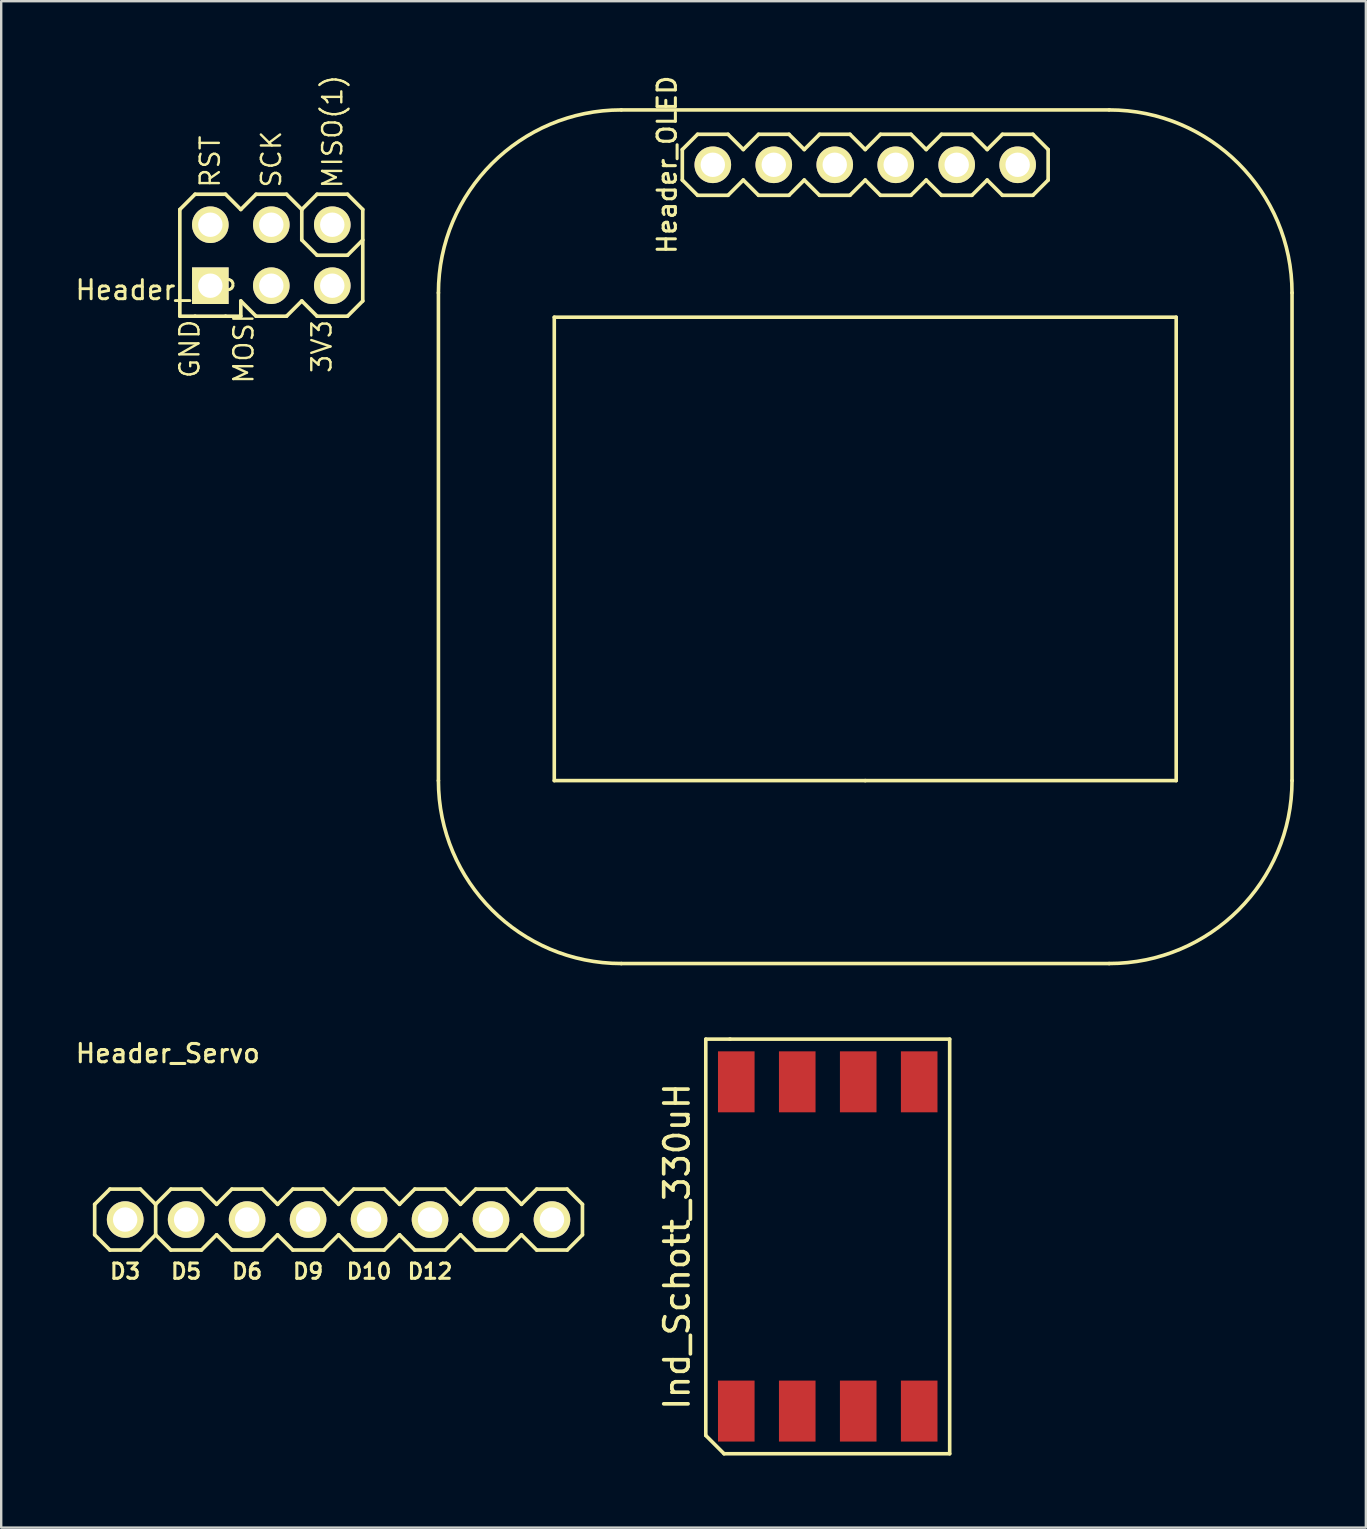
<source format=kicad_pcb>
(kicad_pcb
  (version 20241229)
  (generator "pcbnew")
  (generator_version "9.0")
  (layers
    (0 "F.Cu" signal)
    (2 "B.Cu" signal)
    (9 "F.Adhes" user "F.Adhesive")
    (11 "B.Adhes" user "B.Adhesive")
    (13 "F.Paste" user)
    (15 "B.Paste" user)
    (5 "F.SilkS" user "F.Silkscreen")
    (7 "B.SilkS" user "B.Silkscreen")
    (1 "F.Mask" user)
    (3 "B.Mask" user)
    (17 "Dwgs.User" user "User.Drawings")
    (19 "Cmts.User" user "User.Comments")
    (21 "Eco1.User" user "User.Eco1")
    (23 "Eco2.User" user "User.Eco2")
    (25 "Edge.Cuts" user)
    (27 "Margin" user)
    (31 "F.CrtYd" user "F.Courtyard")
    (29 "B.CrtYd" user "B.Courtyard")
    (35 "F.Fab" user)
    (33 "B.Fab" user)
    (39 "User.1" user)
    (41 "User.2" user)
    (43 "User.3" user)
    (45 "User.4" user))
  (footprint "Header_ISP"
    (layer "F.Cu")
    (at 8.252 7.582)
    (property "Reference" "Header_ISP" (at -4.8 1.45 180) (layer "F.SilkS") (effects (font (size 0.8 0.8) (thickness 0.12))))
    (attr smd)
    (fp_line (start -3.81 -1.905) (end -3.175 -2.54) (stroke (width 0.152) (type solid)) (layer "F.SilkS"))
    (fp_line (start -3.81 1.905) (end -3.81 -1.905) (stroke (width 0.152) (type solid)) (layer "F.SilkS"))
    (fp_line (start -3.81 2.54) (end -3.81 1.905) (stroke (width 0.152) (type solid)) (layer "F.SilkS"))
    (fp_line (start -3.175 -2.54) (end -1.905 -2.54) (stroke (width 0.152) (type solid)) (layer "F.SilkS"))
    (fp_line (start -3.175 2.54) (end -3.81 2.54) (stroke (width 0.152) (type solid)) (layer "F.SilkS"))
    (fp_line (start -1.905 -2.54) (end -1.27 -1.905) (stroke (width 0.152) (type solid)) (layer "F.SilkS"))
    (fp_line (start -1.905 2.54) (end -3.175 2.54) (stroke (width 0.152) (type solid)) (layer "F.SilkS"))
    (fp_line (start -1.905 2.54) (end -1.27 2.54) (stroke (width 0.152) (type solid)) (layer "F.SilkS"))
    (fp_line (start -1.27 -1.905) (end -0.635 -2.54) (stroke (width 0.152) (type solid)) (layer "F.SilkS"))
    (fp_line (start -1.27 2.54) (end -1.27 1.905) (stroke (width 0.152) (type solid)) (layer "F.SilkS"))
    (fp_line (start -0.635 -2.54) (end 0.635 -2.54) (stroke (width 0.152) (type solid)) (layer "F.SilkS"))
    (fp_line (start -0.635 2.54) (end -1.27 1.905) (stroke (width 0.152) (type solid)) (layer "F.SilkS"))
    (fp_line (start 0.635 -2.54) (end 1.27 -1.905) (stroke (width 0.152) (type solid)) (layer "F.SilkS"))
    (fp_line (start 0.635 2.54) (end -0.635 2.54) (stroke (width 0.152) (type solid)) (layer "F.SilkS"))
    (fp_line (start 1.27 -1.905) (end 1.27 -0.635) (stroke (width 0.152) (type solid)) (layer "F.SilkS"))
    (fp_line (start 1.27 -1.905) (end 1.905 -2.54) (stroke (width 0.152) (type solid)) (layer "F.SilkS"))
    (fp_line (start 1.27 -0.635) (end 1.905 0) (stroke (width 0.152) (type solid)) (layer "F.SilkS"))
    (fp_line (start 1.27 1.905) (end 0.635 2.54) (stroke (width 0.152) (type solid)) (layer "F.SilkS"))
    (fp_line (start 1.905 -2.54) (end 3.175 -2.54) (stroke (width 0.152) (type solid)) (layer "F.SilkS"))
    (fp_line (start 1.905 0) (end 3.175 0) (stroke (width 0.152) (type solid)) (layer "F.SilkS"))
    (fp_line (start 1.905 2.54) (end 1.27 1.905) (stroke (width 0.152) (type solid)) (layer "F.SilkS"))
    (fp_line (start 3.175 -2.54) (end 3.81 -1.905) (stroke (width 0.152) (type solid)) (layer "F.SilkS"))
    (fp_line (start 3.175 0) (end 3.81 -0.635) (stroke (width 0.152) (type solid)) (layer "F.SilkS"))
    (fp_line (start 3.175 2.54) (end 1.905 2.54) (stroke (width 0.152) (type solid)) (layer "F.SilkS"))
    (fp_line (start 3.81 -1.905) (end 3.81 1.905) (stroke (width 0.152) (type solid)) (layer "F.SilkS"))
    (fp_line (start 3.81 1.905) (end 3.175 2.54) (stroke (width 0.152) (type solid)) (layer "F.SilkS"))
    (fp_text user "SCK" (at 0 -4 90) (layer "F.SilkS") (effects (font (size 0.8 0.8) (thickness 0.1))))
    (fp_text user "RST" (at -2.55 -3.9 90) (layer "F.SilkS") (effects (font (size 0.8 0.8) (thickness 0.1))))
    (fp_text user "MISO(1)" (at 2.55 -5.15 90) (layer "F.SilkS") (effects (font (size 0.8 0.8) (thickness 0.1))))
    (fp_text user "MOSI" (at -1.15 3.9 90) (layer "F.SilkS") (effects (font (size 0.8 0.8) (thickness 0.1))))
    (fp_text user "3V3" (at 2.1 3.8 90) (layer "F.SilkS") (effects (font (size 0.8 0.8) (thickness 0.1))))
    (fp_text user "GND" (at -3.4 3.9 90) (layer "F.SilkS") (effects (font (size 0.8 0.8) (thickness 0.1))))
    (pad "1" thru_hole circle (at 2.54 -1.27) (size 1.524 1.524) (drill 1.016) (layers "*.Cu" "*.Mask" "F.SilkS"))
    (pad "2" thru_hole circle (at 2.54 1.27) (size 1.524 1.524) (drill 1.016) (layers "*.Cu" "*.Mask" "F.SilkS"))
    (pad "3" thru_hole circle (at 0 -1.27) (size 1.524 1.524) (drill 1.016) (layers "*.Cu" "*.Mask" "F.SilkS"))
    (pad "4" thru_hole circle (at 0 1.27) (size 1.524 1.524) (drill 1.016) (layers "*.Cu" "*.Mask" "F.SilkS"))
    (pad "5" thru_hole circle (at -2.54 -1.27) (size 1.524 1.524) (drill 1.016) (layers "*.Cu" "*.Mask" "F.SilkS"))
    (pad "6" thru_hole rect (at -2.54 1.27) (size 1.524 1.524) (drill 1.016) (layers "*.Cu" "*.Mask" "F.SilkS")))
  (footprint "Ind_Schott_330uH"
    (layer "F.Cu")
    (at 31.432 48.875)
    (property "Reference" "Ind_Schott_330uH" (at -6.28 0 90) (layer "F.SilkS") (effects (font (size 1.016 1.016) (thickness 0.152))))
    (attr through_hole)
    (fp_line (start -5.08 7.874) (end -5.08 -8.636) (stroke (width 0.15) (type solid)) (layer "F.SilkS"))
    (fp_line (start -4.318 8.636) (end -5.08 7.874) (stroke (width 0.15) (type solid)) (layer "F.SilkS"))
    (fp_line (start -4.318 8.636) (end 5.08 8.636) (stroke (width 0.15) (type solid)) (layer "F.SilkS"))
    (fp_line (start -4.064 -8.636) (end -5.08 -8.636) (stroke (width 0.15) (type solid)) (layer "F.SilkS"))
    (fp_line (start 5.08 -8.636) (end -4.08 -8.636) (stroke (width 0.15) (type solid)) (layer "F.SilkS"))
    (fp_line (start 5.08 8.636) (end 5.08 -8.636) (stroke (width 0.15) (type solid)) (layer "F.SilkS"))
    (pad "1" smd rect (at -3.81 6.858) (size 1.524 2.54) (layers "F.Cu" "F.Mask" "F.Paste"))
    (pad "2" smd rect (at -1.27 6.858) (size 1.524 2.54) (layers "F.Cu" "F.Mask" "F.Paste"))
    (pad "3" smd rect (at 1.27 6.858) (size 1.524 2.54) (layers "F.Cu" "F.Mask" "F.Paste"))
    (pad "4" smd rect (at 3.81 6.858) (size 1.524 2.54) (layers "F.Cu" "F.Mask" "F.Paste"))
    (pad "5" smd rect (at 3.81 -6.858) (size 1.524 2.54) (layers "F.Cu" "F.Mask" "F.Paste"))
    (pad "6" smd rect (at 1.27 -6.858) (size 1.524 2.54) (layers "F.Cu" "F.Mask" "F.Paste"))
    (pad "7" smd rect (at -1.27 -6.858) (size 1.524 2.54) (layers "F.Cu" "F.Mask" "F.Paste"))
    (pad "8" smd rect (at -3.81 -6.858) (size 1.524 2.54) (layers "F.Cu" "F.Mask" "F.Paste")))
  (footprint "Header_Servo"
    (layer "F.Cu")
    (at 11.054 47.755)
    (property "Reference" "Header_Servo" (at -7.112 -6.921 0) (layer "F.SilkS") (effects (font (size 0.762 0.762) (thickness 0.127))))
    (attr smd)
    (fp_line (start -10.16 -0.635) (end -10.16 0.635) (stroke (width 0.152) (type solid)) (layer "F.SilkS"))
    (fp_line (start -10.16 0.635) (end -9.525 1.27) (stroke (width 0.152) (type solid)) (layer "F.SilkS"))
    (fp_line (start -9.525 -1.27) (end -10.16 -0.635) (stroke (width 0.152) (type solid)) (layer "F.SilkS"))
    (fp_line (start -9.525 1.27) (end -8.255 1.27) (stroke (width 0.152) (type solid)) (layer "F.SilkS"))
    (fp_line (start -8.255 -1.27) (end -9.525 -1.27) (stroke (width 0.152) (type solid)) (layer "F.SilkS"))
    (fp_line (start -8.255 1.27) (end -7.62 0.635) (stroke (width 0.152) (type solid)) (layer "F.SilkS"))
    (fp_line (start -7.62 -0.635) (end -8.255 -1.27) (stroke (width 0.152) (type solid)) (layer "F.SilkS"))
    (fp_line (start -7.62 -0.635) (end -7.62 0.635) (stroke (width 0.152) (type solid)) (layer "F.SilkS"))
    (fp_line (start -7.62 0.635) (end -6.985 1.27) (stroke (width 0.152) (type solid)) (layer "F.SilkS"))
    (fp_line (start -6.985 -1.27) (end -7.62 -0.635) (stroke (width 0.152) (type solid)) (layer "F.SilkS"))
    (fp_line (start -6.985 1.27) (end -5.715 1.27) (stroke (width 0.152) (type solid)) (layer "F.SilkS"))
    (fp_line (start -5.715 -1.27) (end -6.985 -1.27) (stroke (width 0.152) (type solid)) (layer "F.SilkS"))
    (fp_line (start -5.715 1.27) (end -5.08 0.635) (stroke (width 0.152) (type solid)) (layer "F.SilkS"))
    (fp_line (start -5.08 -0.635) (end -5.715 -1.27) (stroke (width 0.152) (type solid)) (layer "F.SilkS"))
    (fp_line (start -5.08 0.635) (end -4.445 1.27) (stroke (width 0.152) (type solid)) (layer "F.SilkS"))
    (fp_line (start -4.445 -1.27) (end -5.08 -0.635) (stroke (width 0.152) (type solid)) (layer "F.SilkS"))
    (fp_line (start -4.445 1.27) (end -3.175 1.27) (stroke (width 0.152) (type solid)) (layer "F.SilkS"))
    (fp_line (start -3.175 -1.27) (end -4.445 -1.27) (stroke (width 0.152) (type solid)) (layer "F.SilkS"))
    (fp_line (start -3.175 1.27) (end -2.54 0.635) (stroke (width 0.152) (type solid)) (layer "F.SilkS"))
    (fp_line (start -2.54 -0.635) (end -3.175 -1.27) (stroke (width 0.152) (type solid)) (layer "F.SilkS"))
    (fp_line (start -2.54 0.635) (end -1.905 1.27) (stroke (width 0.152) (type solid)) (layer "F.SilkS"))
    (fp_line (start -1.905 -1.27) (end -2.54 -0.635) (stroke (width 0.152) (type solid)) (layer "F.SilkS"))
    (fp_line (start -1.905 1.27) (end -0.635 1.27) (stroke (width 0.152) (type solid)) (layer "F.SilkS"))
    (fp_line (start -0.635 -1.27) (end -1.905 -1.27) (stroke (width 0.152) (type solid)) (layer "F.SilkS"))
    (fp_line (start -0.635 1.27) (end 0 0.635) (stroke (width 0.152) (type solid)) (layer "F.SilkS"))
    (fp_line (start 0 -0.635) (end -0.635 -1.27) (stroke (width 0.152) (type solid)) (layer "F.SilkS"))
    (fp_line (start 0 0.635) (end 0.635 1.27) (stroke (width 0.152) (type solid)) (layer "F.SilkS"))
    (fp_line (start 0.635 -1.27) (end 0 -0.635) (stroke (width 0.152) (type solid)) (layer "F.SilkS"))
    (fp_line (start 0.635 1.27) (end 1.905 1.27) (stroke (width 0.152) (type solid)) (layer "F.SilkS"))
    (fp_line (start 1.905 -1.27) (end 0.635 -1.27) (stroke (width 0.152) (type solid)) (layer "F.SilkS"))
    (fp_line (start 1.905 1.27) (end 2.54 0.635) (stroke (width 0.152) (type solid)) (layer "F.SilkS"))
    (fp_line (start 2.54 -0.635) (end 1.905 -1.27) (stroke (width 0.152) (type solid)) (layer "F.SilkS"))
    (fp_line (start 2.54 0.635) (end 3.175 1.27) (stroke (width 0.152) (type solid)) (layer "F.SilkS"))
    (fp_line (start 3.175 -1.27) (end 2.54 -0.635) (stroke (width 0.152) (type solid)) (layer "F.SilkS"))
    (fp_line (start 3.175 1.27) (end 4.445 1.27) (stroke (width 0.152) (type solid)) (layer "F.SilkS"))
    (fp_line (start 4.445 -1.27) (end 3.175 -1.27) (stroke (width 0.152) (type solid)) (layer "F.SilkS"))
    (fp_line (start 4.445 1.27) (end 5.08 0.635) (stroke (width 0.152) (type solid)) (layer "F.SilkS"))
    (fp_line (start 5.08 -0.635) (end 4.445 -1.27) (stroke (width 0.152) (type solid)) (layer "F.SilkS"))
    (fp_line (start 5.08 -0.635) (end 5.715 -1.27) (stroke (width 0.152) (type solid)) (layer "F.SilkS"))
    (fp_line (start 5.715 -1.27) (end 6.985 -1.27) (stroke (width 0.152) (type solid)) (layer "F.SilkS"))
    (fp_line (start 5.715 1.27) (end 5.08 0.635) (stroke (width 0.152) (type solid)) (layer "F.SilkS"))
    (fp_line (start 6.985 -1.27) (end 7.62 -0.635) (stroke (width 0.152) (type solid)) (layer "F.SilkS"))
    (fp_line (start 6.985 1.27) (end 5.715 1.27) (stroke (width 0.152) (type solid)) (layer "F.SilkS"))
    (fp_line (start 7.62 -0.635) (end 8.255 -1.27) (stroke (width 0.152) (type solid)) (layer "F.SilkS"))
    (fp_line (start 7.62 0.635) (end 6.985 1.27) (stroke (width 0.152) (type solid)) (layer "F.SilkS"))
    (fp_line (start 8.255 -1.27) (end 9.525 -1.27) (stroke (width 0.152) (type solid)) (layer "F.SilkS"))
    (fp_line (start 8.255 1.27) (end 7.62 0.635) (stroke (width 0.152) (type solid)) (layer "F.SilkS"))
    (fp_line (start 9.525 -1.27) (end 10.16 -0.635) (stroke (width 0.152) (type solid)) (layer "F.SilkS"))
    (fp_line (start 9.525 1.27) (end 8.255 1.27) (stroke (width 0.152) (type solid)) (layer "F.SilkS"))
    (fp_line (start 10.16 -0.635) (end 10.16 0.635) (stroke (width 0.152) (type solid)) (layer "F.SilkS"))
    (fp_line (start 10.16 0.635) (end 9.525 1.27) (stroke (width 0.152) (type solid)) (layer "F.SilkS"))
    (fp_text user "D5" (at -6.35 2.159 0) (layer "F.SilkS") (effects (font (size 0.635 0.635) (thickness 0.127))))
    (fp_text user "D10" (at 1.27 2.159 0) (layer "F.SilkS") (effects (font (size 0.635 0.635) (thickness 0.127))))
    (fp_text user "D3" (at -8.89 2.159 0) (layer "F.SilkS") (effects (font (size 0.635 0.635) (thickness 0.127))))
    (fp_text user "D9" (at -1.27 2.159 0) (layer "F.SilkS") (effects (font (size 0.635 0.635) (thickness 0.127))))
    (fp_text user "D6" (at -3.81 2.159 0) (layer "F.SilkS") (effects (font (size 0.635 0.635) (thickness 0.127))))
    (fp_text user "D12" (at 3.81 2.159 0) (layer "F.SilkS") (effects (font (size 0.635 0.635) (thickness 0.127))))
    (pad "1" thru_hole circle (at -8.89 0) (size 1.524 1.524) (drill 1.016) (layers "*.Cu" "*.Mask" "F.SilkS"))
    (pad "2" thru_hole circle (at -6.35 0) (size 1.524 1.524) (drill 1.016) (layers "*.Cu" "*.Mask" "F.SilkS"))
    (pad "3" thru_hole circle (at -3.81 0) (size 1.524 1.524) (drill 1.016) (layers "*.Cu" "*.Mask" "F.SilkS"))
    (pad "4" thru_hole circle (at -1.27 0) (size 1.524 1.524) (drill 1.016) (layers "*.Cu" "*.Mask" "F.SilkS"))
    (pad "5" thru_hole circle (at 1.27 0) (size 1.524 1.524) (drill 1.016) (layers "*.Cu" "*.Mask" "F.SilkS"))
    (pad "6" thru_hole circle (at 3.81 0) (size 1.524 1.524) (drill 1.016) (layers "*.Cu" "*.Mask" "F.SilkS"))
    (pad "7" thru_hole circle (at 6.35 0) (size 1.524 1.524) (drill 1.016) (layers "*.Cu" "*.Mask" "F.SilkS"))
    (pad "8" thru_hole circle (at 8.89 0) (size 1.524 1.524) (drill 1.016) (layers "*.Cu" "*.Mask" "F.SilkS")))
  (footprint "Header_OLED"
    (layer "F.Cu")
    (at 32.994 3.815)
    (property "Reference" "Header_OLED" (at -8.255 0 90) (layer "F.SilkS") (effects (font (size 0.762 0.762) (thickness 0.127))))
    (attr smd)
    (fp_line (start -17.78 5.334) (end -17.78 25.654) (stroke (width 0.15) (type solid)) (layer "F.SilkS"))
    (fp_line (start -12.954 6.35) (end 12.954 6.35) (stroke (width 0.15) (type solid)) (layer "F.SilkS"))
    (fp_line (start -12.954 25.654) (end -12.954 6.35) (stroke (width 0.15) (type solid)) (layer "F.SilkS"))
    (fp_line (start -10.16 -2.286) (end 10.16 -2.286) (stroke (width 0.15) (type solid)) (layer "F.SilkS"))
    (fp_line (start -7.62 -0.635) (end -7.62 0.635) (stroke (width 0.152) (type solid)) (layer "F.SilkS"))
    (fp_line (start -7.62 0.635) (end -6.985 1.27) (stroke (width 0.152) (type solid)) (layer "F.SilkS"))
    (fp_line (start -6.985 -1.27) (end -7.62 -0.635) (stroke (width 0.152) (type solid)) (layer "F.SilkS"))
    (fp_line (start -6.985 1.27) (end -5.715 1.27) (stroke (width 0.152) (type solid)) (layer "F.SilkS"))
    (fp_line (start -5.715 -1.27) (end -6.985 -1.27) (stroke (width 0.152) (type solid)) (layer "F.SilkS"))
    (fp_line (start -5.715 1.27) (end -5.08 0.635) (stroke (width 0.152) (type solid)) (layer "F.SilkS"))
    (fp_line (start -5.08 -0.635) (end -5.715 -1.27) (stroke (width 0.152) (type solid)) (layer "F.SilkS"))
    (fp_line (start -5.08 0.635) (end -4.445 1.27) (stroke (width 0.152) (type solid)) (layer "F.SilkS"))
    (fp_line (start -4.445 -1.27) (end -5.08 -0.635) (stroke (width 0.152) (type solid)) (layer "F.SilkS"))
    (fp_line (start -4.445 1.27) (end -3.175 1.27) (stroke (width 0.152) (type solid)) (layer "F.SilkS"))
    (fp_line (start -3.175 -1.27) (end -4.445 -1.27) (stroke (width 0.152) (type solid)) (layer "F.SilkS"))
    (fp_line (start -3.175 1.27) (end -2.54 0.635) (stroke (width 0.152) (type solid)) (layer "F.SilkS"))
    (fp_line (start -2.54 -0.635) (end -3.175 -1.27) (stroke (width 0.152) (type solid)) (layer "F.SilkS"))
    (fp_line (start -2.54 0.635) (end -1.905 1.27) (stroke (width 0.152) (type solid)) (layer "F.SilkS"))
    (fp_line (start -1.905 -1.27) (end -2.54 -0.635) (stroke (width 0.152) (type solid)) (layer "F.SilkS"))
    (fp_line (start -1.905 1.27) (end -0.635 1.27) (stroke (width 0.152) (type solid)) (layer "F.SilkS"))
    (fp_line (start -0.635 -1.27) (end -1.905 -1.27) (stroke (width 0.152) (type solid)) (layer "F.SilkS"))
    (fp_line (start -0.635 1.27) (end 0 0.635) (stroke (width 0.152) (type solid)) (layer "F.SilkS"))
    (fp_line (start 0 -0.635) (end -0.635 -1.27) (stroke (width 0.152) (type solid)) (layer "F.SilkS"))
    (fp_line (start 0 0.635) (end 0.635 1.27) (stroke (width 0.152) (type solid)) (layer "F.SilkS"))
    (fp_line (start 0 25.654) (end -12.954 25.654) (stroke (width 0.15) (type solid)) (layer "F.SilkS"))
    (fp_line (start 0.635 -1.27) (end 0 -0.635) (stroke (width 0.152) (type solid)) (layer "F.SilkS"))
    (fp_line (start 0.635 1.27) (end 1.905 1.27) (stroke (width 0.152) (type solid)) (layer "F.SilkS"))
    (fp_line (start 1.905 -1.27) (end 0.635 -1.27) (stroke (width 0.152) (type solid)) (layer "F.SilkS"))
    (fp_line (start 1.905 1.27) (end 2.54 0.635) (stroke (width 0.152) (type solid)) (layer "F.SilkS"))
    (fp_line (start 2.54 -0.635) (end 1.905 -1.27) (stroke (width 0.152) (type solid)) (layer "F.SilkS"))
    (fp_line (start 2.54 0.635) (end 3.175 1.27) (stroke (width 0.152) (type solid)) (layer "F.SilkS"))
    (fp_line (start 3.175 -1.27) (end 2.54 -0.635) (stroke (width 0.152) (type solid)) (layer "F.SilkS"))
    (fp_line (start 3.175 1.27) (end 4.445 1.27) (stroke (width 0.152) (type solid)) (layer "F.SilkS"))
    (fp_line (start 4.445 -1.27) (end 3.175 -1.27) (stroke (width 0.152) (type solid)) (layer "F.SilkS"))
    (fp_line (start 4.445 1.27) (end 5.08 0.635) (stroke (width 0.152) (type solid)) (layer "F.SilkS"))
    (fp_line (start 5.08 -0.635) (end 4.445 -1.27) (stroke (width 0.152) (type solid)) (layer "F.SilkS"))
    (fp_line (start 5.08 0.635) (end 5.715 1.27) (stroke (width 0.152) (type solid)) (layer "F.SilkS"))
    (fp_line (start 5.715 -1.27) (end 5.08 -0.635) (stroke (width 0.152) (type solid)) (layer "F.SilkS"))
    (fp_line (start 5.715 1.27) (end 6.985 1.27) (stroke (width 0.152) (type solid)) (layer "F.SilkS"))
    (fp_line (start 6.985 -1.27) (end 5.715 -1.27) (stroke (width 0.152) (type solid)) (layer "F.SilkS"))
    (fp_line (start 6.985 1.27) (end 7.62 0.635) (stroke (width 0.152) (type solid)) (layer "F.SilkS"))
    (fp_line (start 7.62 -0.635) (end 6.985 -1.27) (stroke (width 0.152) (type solid)) (layer "F.SilkS"))
    (fp_line (start 7.62 0.635) (end 7.62 -0.635) (stroke (width 0.152) (type solid)) (layer "F.SilkS"))
    (fp_line (start 10.16 33.274) (end -10.16 33.274) (stroke (width 0.15) (type solid)) (layer "F.SilkS"))
    (fp_line (start 12.954 6.35) (end 12.954 25.654) (stroke (width 0.15) (type solid)) (layer "F.SilkS"))
    (fp_line (start 12.954 25.654) (end 0 25.654) (stroke (width 0.15) (type solid)) (layer "F.SilkS"))
    (fp_line (start 17.78 5.334) (end 17.78 25.654) (stroke (width 0.15) (type solid)) (layer "F.SilkS"))
    (fp_arc (start -17.78 5.334) (mid -15.548154 -0.054154) (end -10.16 -2.286) (stroke (width 0.15) (type solid)) (layer "F.SilkS"))
    (fp_arc (start -10.16 33.274) (mid -15.548154 31.042154) (end -17.78 25.654) (stroke (width 0.15) (type solid)) (layer "F.SilkS"))
    (fp_arc (start 10.16 -2.286) (mid 15.548154 -0.054154) (end 17.78 5.334) (stroke (width 0.15) (type solid)) (layer "F.SilkS"))
    (fp_arc (start 17.78 25.654) (mid 15.548154 31.042154) (end 10.16 33.274) (stroke (width 0.15) (type solid)) (layer "F.SilkS"))
    (pad "1" thru_hole circle (at -6.35 0) (size 1.524 1.524) (drill 1.016) (layers "*.Cu" "*.Mask" "F.SilkS"))
    (pad "2" thru_hole circle (at -3.81 0) (size 1.524 1.524) (drill 1.016) (layers "*.Cu" "*.Mask" "F.SilkS"))
    (pad "3" thru_hole circle (at -1.27 0) (size 1.524 1.524) (drill 1.016) (layers "*.Cu" "*.Mask" "F.SilkS"))
    (pad "4" thru_hole circle (at 1.27 0) (size 1.524 1.524) (drill 1.016) (layers "*.Cu" "*.Mask" "F.SilkS"))
    (pad "5" thru_hole circle (at 3.81 0) (size 1.524 1.524) (drill 1.016) (layers "*.Cu" "*.Mask" "F.SilkS"))
    (pad "6" thru_hole circle (at 6.35 0) (size 1.524 1.524) (drill 1.016) (layers "*.Cu" "*.Mask" "F.SilkS")))
  (gr_rect
    (start -3 -3)
    (end 53.849 60.586)
    (stroke (width 0.1) (type default))
    (fill no)
    (layer "Edge.Cuts")))
</source>
